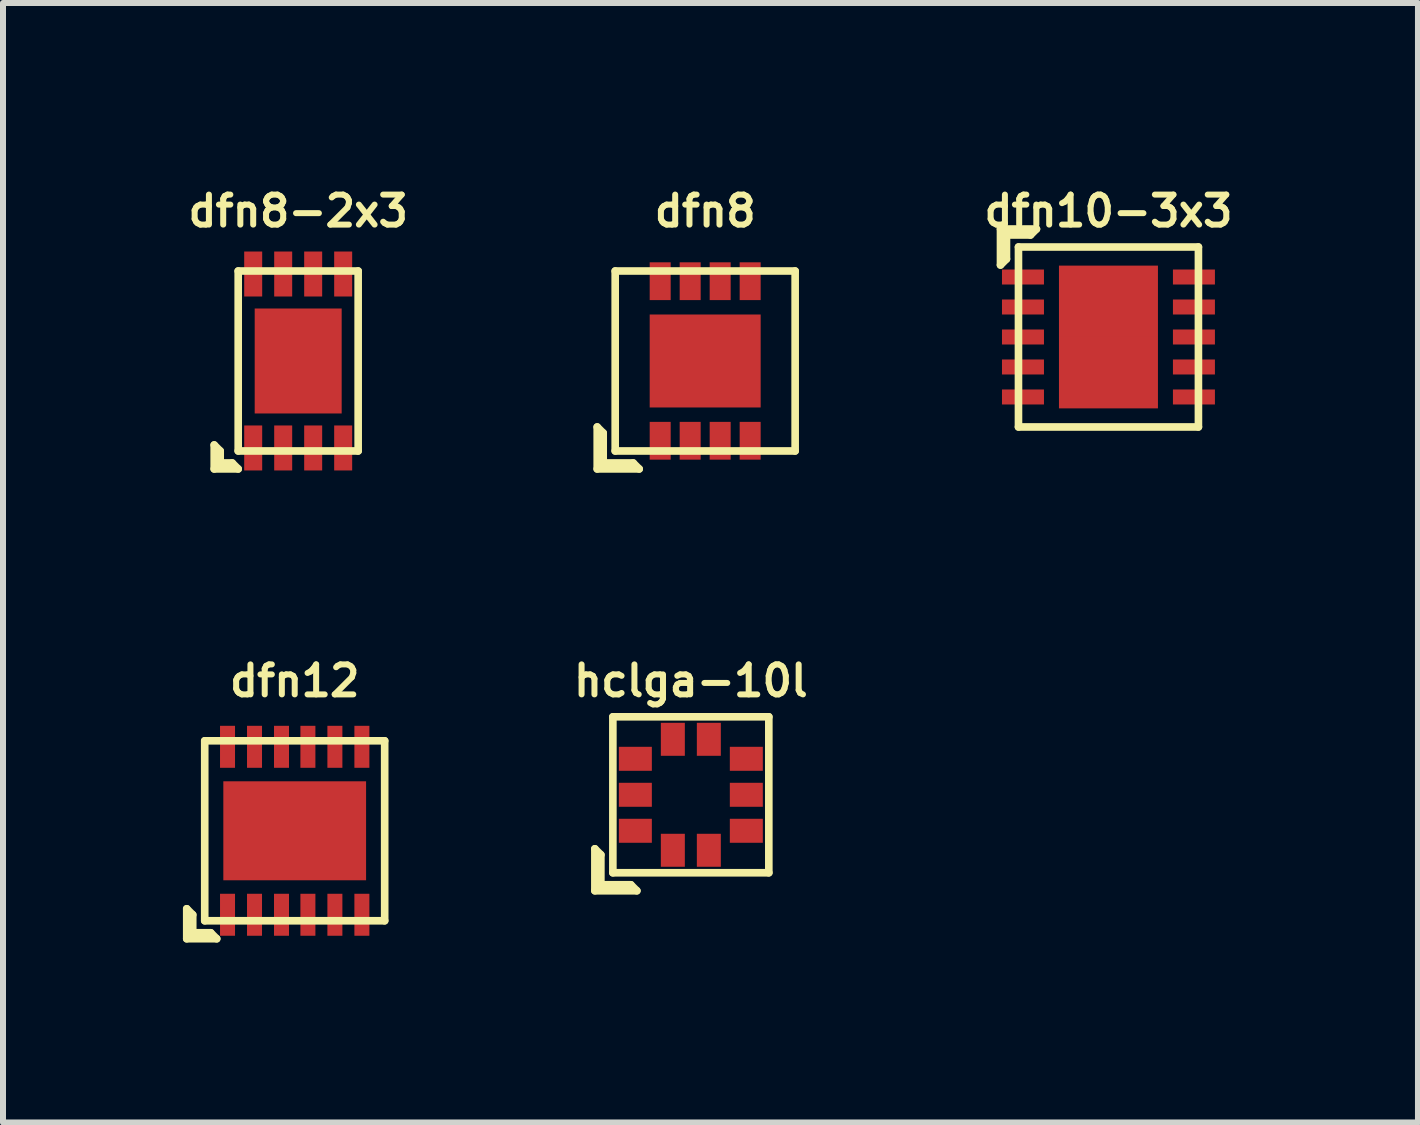
<source format=kicad_pcb>
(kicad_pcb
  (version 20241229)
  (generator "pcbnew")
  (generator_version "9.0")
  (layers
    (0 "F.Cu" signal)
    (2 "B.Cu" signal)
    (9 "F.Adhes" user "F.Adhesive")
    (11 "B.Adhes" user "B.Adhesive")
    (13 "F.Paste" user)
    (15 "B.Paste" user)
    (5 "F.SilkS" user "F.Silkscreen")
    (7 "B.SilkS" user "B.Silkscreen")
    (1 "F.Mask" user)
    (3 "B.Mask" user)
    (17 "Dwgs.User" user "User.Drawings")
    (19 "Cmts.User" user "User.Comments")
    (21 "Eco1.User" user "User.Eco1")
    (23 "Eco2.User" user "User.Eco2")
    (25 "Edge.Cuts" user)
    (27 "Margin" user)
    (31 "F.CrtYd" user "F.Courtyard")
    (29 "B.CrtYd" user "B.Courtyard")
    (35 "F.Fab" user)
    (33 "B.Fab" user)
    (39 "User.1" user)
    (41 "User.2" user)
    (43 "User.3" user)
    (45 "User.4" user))
  (footprint "dfn8"
    (layer "F.Cu")
    (at 8.706 2.968)
    (property "Reference" "dfn8" (at 0 -2.5 0) (layer "F.SilkS") (effects (font (size 0.5 0.5) (thickness 0.1))))
    (attr through_hole)
    (fp_line (start -1.8 1.1) (end -1.8 1.8) (stroke (width 0.127) (type solid)) (layer "F.SilkS"))
    (fp_line (start -1.7 1.2) (end -1.8 1.1) (stroke (width 0.127) (type solid)) (layer "F.SilkS"))
    (fp_line (start -1.7 1.7) (end -1.7 1.2) (stroke (width 0.127) (type solid)) (layer "F.SilkS"))
    (fp_line (start -1.7 1.7) (end -1.2 1.7) (stroke (width 0.127) (type solid)) (layer "F.SilkS"))
    (fp_line (start -1.5 -1.5) (end 1.5 -1.5) (stroke (width 0.127) (type solid)) (layer "F.SilkS"))
    (fp_line (start -1.5 1.5) (end -1.5 -1.5) (stroke (width 0.127) (type solid)) (layer "F.SilkS"))
    (fp_line (start -1.2 1.7) (end -1.1 1.8) (stroke (width 0.127) (type solid)) (layer "F.SilkS"))
    (fp_line (start -1.1 1.8) (end -1.8 1.8) (stroke (width 0.127) (type solid)) (layer "F.SilkS"))
    (fp_line (start 1.5 -1.5) (end 1.5 1.5) (stroke (width 0.127) (type solid)) (layer "F.SilkS"))
    (fp_line (start 1.5 1.5) (end -1.5 1.5) (stroke (width 0.127) (type solid)) (layer "F.SilkS"))
    (pad "1" smd rect (at -0.75 1.33) (size 0.35 0.63) (layers "F.Cu" "F.Mask" "F.Paste"))
    (pad "2" smd rect (at -0.25 1.33) (size 0.35 0.63) (layers "F.Cu" "F.Mask" "F.Paste"))
    (pad "3" smd rect (at 0.25 1.33) (size 0.35 0.63) (layers "F.Cu" "F.Mask" "F.Paste"))
    (pad "4" smd rect (at 0.75 1.33) (size 0.35 0.63) (layers "F.Cu" "F.Mask" "F.Paste"))
    (pad "5" smd rect (at 0.75 -1.33) (size 0.35 0.63) (layers "F.Cu" "F.Mask" "F.Paste"))
    (pad "6" smd rect (at 0.25 -1.33) (size 0.35 0.63) (layers "F.Cu" "F.Mask" "F.Paste"))
    (pad "7" smd rect (at -0.25 -1.33) (size 0.35 0.63) (layers "F.Cu" "F.Mask" "F.Paste"))
    (pad "8" smd rect (at -0.75 -1.33) (size 0.35 0.63) (layers "F.Cu" "F.Mask" "F.Paste"))
    (pad "9" smd rect (at 0 0) (size 1.85 1.55) (layers "F.Cu" "F.Mask" "F.Paste")))
  (footprint "hclga-10l"
    (layer "F.Cu")
    (at 8.467 10.2)
    (property "Reference" "hclga-10l" (at 0 -1.9 0) (layer "F.SilkS") (effects (font (size 0.5 0.5) (thickness 0.1))))
    (attr through_hole)
    (fp_line (start -1.6 0.9) (end -1.5 1) (stroke (width 0.127) (type solid)) (layer "F.SilkS"))
    (fp_line (start -1.6 1.6) (end -1.6 0.9) (stroke (width 0.127) (type solid)) (layer "F.SilkS"))
    (fp_line (start -1.5 1.5) (end -1.5 1) (stroke (width 0.127) (type solid)) (layer "F.SilkS"))
    (fp_line (start -1.3 -1.3) (end 1.3 -1.3) (stroke (width 0.127) (type solid)) (layer "F.SilkS"))
    (fp_line (start -1.3 1.3) (end -1.3 -1.3) (stroke (width 0.127) (type solid)) (layer "F.SilkS"))
    (fp_line (start -1 1.5) (end -1.5 1.5) (stroke (width 0.127) (type solid)) (layer "F.SilkS"))
    (fp_line (start -1 1.5) (end -0.9 1.6) (stroke (width 0.127) (type solid)) (layer "F.SilkS"))
    (fp_line (start -0.9 1.6) (end -1.6 1.6) (stroke (width 0.127) (type solid)) (layer "F.SilkS"))
    (fp_line (start 1.3 -1.3) (end 1.3 1.3) (stroke (width 0.127) (type solid)) (layer "F.SilkS"))
    (fp_line (start 1.3 1.3) (end -1.3 1.3) (stroke (width 0.127) (type solid)) (layer "F.SilkS"))
    (pad "1" smd rect (at -0.3 0.925) (size 0.4 0.55) (layers "F.Cu" "F.Mask" "F.Paste"))
    (pad "2" smd rect (at 0.3 0.925) (size 0.4 0.55) (layers "F.Cu" "F.Mask" "F.Paste"))
    (pad "3" smd rect (at 0.925 0.6) (size 0.55 0.4) (layers "F.Cu" "F.Mask" "F.Paste"))
    (pad "4" smd rect (at 0.925 0) (size 0.55 0.4) (layers "F.Cu" "F.Mask" "F.Paste"))
    (pad "5" smd rect (at 0.925 -0.6) (size 0.55 0.4) (layers "F.Cu" "F.Mask" "F.Paste"))
    (pad "6" smd rect (at 0.3 -0.925) (size 0.4 0.55) (layers "F.Cu" "F.Mask" "F.Paste"))
    (pad "7" smd rect (at -0.3 -0.925) (size 0.4 0.55) (layers "F.Cu" "F.Mask" "F.Paste"))
    (pad "8" smd rect (at -0.925 -0.6) (size 0.55 0.4) (layers "F.Cu" "F.Mask" "F.Paste"))
    (pad "9" smd rect (at -0.925 0) (size 0.55 0.4) (layers "F.Cu" "F.Mask" "F.Paste"))
    (pad "10" smd rect (at -0.925 0.6) (size 0.55 0.4) (layers "F.Cu" "F.Mask" "F.Paste")))
  (footprint "dfn8-2x3"
    (layer "F.Cu")
    (at 1.921 2.968)
    (property "Reference" "dfn8-2x3" (at 0 -2.5 0) (layer "F.SilkS") (effects (font (size 0.5 0.5) (thickness 0.1))))
    (attr through_hole)
    (fp_line (start -1.4 1.4) (end -1.3 1.5) (stroke (width 0.127) (type solid)) (layer "F.SilkS"))
    (fp_line (start -1.4 1.8) (end -1.4 1.4) (stroke (width 0.127) (type solid)) (layer "F.SilkS"))
    (fp_line (start -1.3 1.7) (end -1.3 1.5) (stroke (width 0.127) (type solid)) (layer "F.SilkS"))
    (fp_line (start -1.1 1.7) (end -1.3 1.7) (stroke (width 0.127) (type solid)) (layer "F.SilkS"))
    (fp_line (start -1 -1.5) (end 1 -1.5) (stroke (width 0.127) (type solid)) (layer "F.SilkS"))
    (fp_line (start -1 1.5) (end -1 -1.5) (stroke (width 0.127) (type solid)) (layer "F.SilkS"))
    (fp_line (start -1 1.5) (end 1 1.5) (stroke (width 0.127) (type solid)) (layer "F.SilkS"))
    (fp_line (start -1 1.8) (end -1.4 1.8) (stroke (width 0.127) (type solid)) (layer "F.SilkS"))
    (fp_line (start -1 1.8) (end -1.1 1.7) (stroke (width 0.127) (type solid)) (layer "F.SilkS"))
    (fp_line (start 1 -1.5) (end 1 1.5) (stroke (width 0.127) (type solid)) (layer "F.SilkS"))
    (pad "1" smd rect (at -0.75 1.45) (size 0.3 0.75) (layers "F.Cu" "F.Mask" "F.Paste"))
    (pad "2" smd rect (at -0.25 1.45) (size 0.3 0.75) (layers "F.Cu" "F.Mask" "F.Paste"))
    (pad "3" smd rect (at 0.25 1.45) (size 0.3 0.75) (layers "F.Cu" "F.Mask" "F.Paste"))
    (pad "4" smd rect (at 0.75 1.45) (size 0.3 0.75) (layers "F.Cu" "F.Mask" "F.Paste"))
    (pad "5" smd rect (at 0.75 -1.45) (size 0.3 0.75) (layers "F.Cu" "F.Mask" "F.Paste"))
    (pad "6" smd rect (at 0.25 -1.45) (size 0.3 0.75) (layers "F.Cu" "F.Mask" "F.Paste"))
    (pad "7" smd rect (at -0.25 -1.45) (size 0.3 0.75) (layers "F.Cu" "F.Mask" "F.Paste"))
    (pad "8" smd rect (at -0.75 -1.45) (size 0.3 0.75) (layers "F.Cu" "F.Mask" "F.Paste"))
    (pad "9" smd rect (at 0 0) (size 1.45 1.75) (layers "F.Cu" "F.Mask" "F.Paste")))
  (footprint "dfn12"
    (layer "F.Cu")
    (at 1.863 10.8)
    (property "Reference" "dfn12" (at 0 -2.5 0) (layer "F.SilkS") (effects (font (size 0.5 0.5) (thickness 0.1))))
    (attr through_hole)
    (fp_line (start -1.8 1.3) (end -1.8 1.8) (stroke (width 0.127) (type solid)) (layer "F.SilkS"))
    (fp_line (start -1.7 1.4) (end -1.8 1.3) (stroke (width 0.127) (type solid)) (layer "F.SilkS"))
    (fp_line (start -1.7 1.7) (end -1.7 1.4) (stroke (width 0.127) (type solid)) (layer "F.SilkS"))
    (fp_line (start -1.5 -1.5) (end 1.5 -1.5) (stroke (width 0.127) (type solid)) (layer "F.SilkS"))
    (fp_line (start -1.5 1.5) (end -1.5 -1.5) (stroke (width 0.127) (type solid)) (layer "F.SilkS"))
    (fp_line (start -1.4 1.7) (end -1.7 1.7) (stroke (width 0.127) (type solid)) (layer "F.SilkS"))
    (fp_line (start -1.4 1.7) (end -1.3 1.8) (stroke (width 0.127) (type solid)) (layer "F.SilkS"))
    (fp_line (start -1.3 1.8) (end -1.8 1.8) (stroke (width 0.127) (type solid)) (layer "F.SilkS"))
    (fp_line (start 1.5 -1.5) (end 1.5 1.5) (stroke (width 0.127) (type solid)) (layer "F.SilkS"))
    (fp_line (start 1.5 1.5) (end -1.5 1.5) (stroke (width 0.127) (type solid)) (layer "F.SilkS"))
    (pad "1" smd rect (at -1.12 1.4) (size 0.25 0.7) (layers "F.Cu" "F.Mask" "F.Paste"))
    (pad "2" smd rect (at -0.67 1.4) (size 0.25 0.7) (layers "F.Cu" "F.Mask" "F.Paste"))
    (pad "3" smd rect (at -0.22 1.4) (size 0.25 0.7) (layers "F.Cu" "F.Mask" "F.Paste"))
    (pad "4" smd rect (at 0.22 1.4) (size 0.25 0.7) (layers "F.Cu" "F.Mask" "F.Paste"))
    (pad "5" smd rect (at 0.67 1.4) (size 0.25 0.7) (layers "F.Cu" "F.Mask" "F.Paste"))
    (pad "6" smd rect (at 1.12 1.4) (size 0.25 0.7) (layers "F.Cu" "F.Mask" "F.Paste"))
    (pad "7" smd rect (at 1.12 -1.4) (size 0.25 0.7) (layers "F.Cu" "F.Mask" "F.Paste"))
    (pad "8" smd rect (at 0.67 -1.4) (size 0.25 0.7) (layers "F.Cu" "F.Mask" "F.Paste"))
    (pad "9" smd rect (at 0.22 -1.4) (size 0.25 0.7) (layers "F.Cu" "F.Mask" "F.Paste"))
    (pad "10" smd rect (at -0.22 -1.4) (size 0.25 0.7) (layers "F.Cu" "F.Mask" "F.Paste"))
    (pad "11" smd rect (at -0.67 -1.4) (size 0.25 0.7) (layers "F.Cu" "F.Mask" "F.Paste"))
    (pad "12" smd rect (at -1.12 -1.4) (size 0.25 0.7) (layers "F.Cu" "F.Mask" "F.Paste"))
    (pad "13" smd rect (at 0 0) (size 2.38 1.65) (layers "F.Cu" "F.Mask" "F.Paste")))
  (footprint "dfn10-3x3"
    (layer "F.Cu")
    (at 15.429 2.568)
    (property "Reference" "dfn10-3x3" (at 0 -2.1 0) (layer "F.SilkS") (effects (font (size 0.5 0.5) (thickness 0.1))))
    (attr through_hole)
    (fp_line (start -1.8 -1.8) (end -1.2 -1.8) (stroke (width 0.127) (type solid)) (layer "F.SilkS"))
    (fp_line (start -1.8 -1.2) (end -1.8 -1.8) (stroke (width 0.127) (type solid)) (layer "F.SilkS"))
    (fp_line (start -1.7 -1.7) (end -1.7 -1.3) (stroke (width 0.127) (type solid)) (layer "F.SilkS"))
    (fp_line (start -1.7 -1.3) (end -1.8 -1.2) (stroke (width 0.127) (type solid)) (layer "F.SilkS"))
    (fp_line (start -1.5 -1.5) (end -1.5 1.5) (stroke (width 0.127) (type solid)) (layer "F.SilkS"))
    (fp_line (start -1.5 1.5) (end 1.5 1.5) (stroke (width 0.127) (type solid)) (layer "F.SilkS"))
    (fp_line (start -1.3 -1.7) (end -1.7 -1.7) (stroke (width 0.127) (type solid)) (layer "F.SilkS"))
    (fp_line (start -1.2 -1.8) (end -1.3 -1.7) (stroke (width 0.127) (type solid)) (layer "F.SilkS"))
    (fp_line (start 1.5 -1.5) (end -1.5 -1.5) (stroke (width 0.127) (type solid)) (layer "F.SilkS"))
    (fp_line (start 1.5 1.5) (end 1.5 -1.5) (stroke (width 0.127) (type solid)) (layer "F.SilkS"))
    (pad "1" smd rect (at -1.425 -1) (size 0.7 0.25) (layers "F.Cu" "F.Mask" "F.Paste"))
    (pad "2" smd rect (at -1.425 -0.5) (size 0.7 0.25) (layers "F.Cu" "F.Mask" "F.Paste"))
    (pad "3" smd rect (at -1.425 0) (size 0.7 0.25) (layers "F.Cu" "F.Mask" "F.Paste"))
    (pad "4" smd rect (at -1.425 0.5) (size 0.7 0.25) (layers "F.Cu" "F.Mask" "F.Paste"))
    (pad "5" smd rect (at -1.425 1) (size 0.7 0.25) (layers "F.Cu" "F.Mask" "F.Paste"))
    (pad "6" smd rect (at 1.425 1) (size 0.7 0.25) (layers "F.Cu" "F.Mask" "F.Paste"))
    (pad "7" smd rect (at 1.425 0.5) (size 0.7 0.25) (layers "F.Cu" "F.Mask" "F.Paste"))
    (pad "8" smd rect (at 1.425 0) (size 0.7 0.25) (layers "F.Cu" "F.Mask" "F.Paste"))
    (pad "9" smd rect (at 1.425 -0.5) (size 0.7 0.25) (layers "F.Cu" "F.Mask" "F.Paste"))
    (pad "10" smd rect (at 1.425 -1) (size 0.7 0.25) (layers "F.Cu" "F.Mask" "F.Paste"))
    (pad "11" smd rect (at 0 -0.595) (size 1.65 1.19) (layers "F.Cu" "F.Mask" "F.Paste"))
    (pad "11" smd rect (at 0 0.595) (size 1.65 1.19) (layers "F.Cu" "F.Mask" "F.Paste")))
  (gr_rect
    (start -3 -3)
    (end 20.589 15.663)
    (stroke (width 0.1) (type default))
    (fill no)
    (layer "Edge.Cuts")))
</source>
